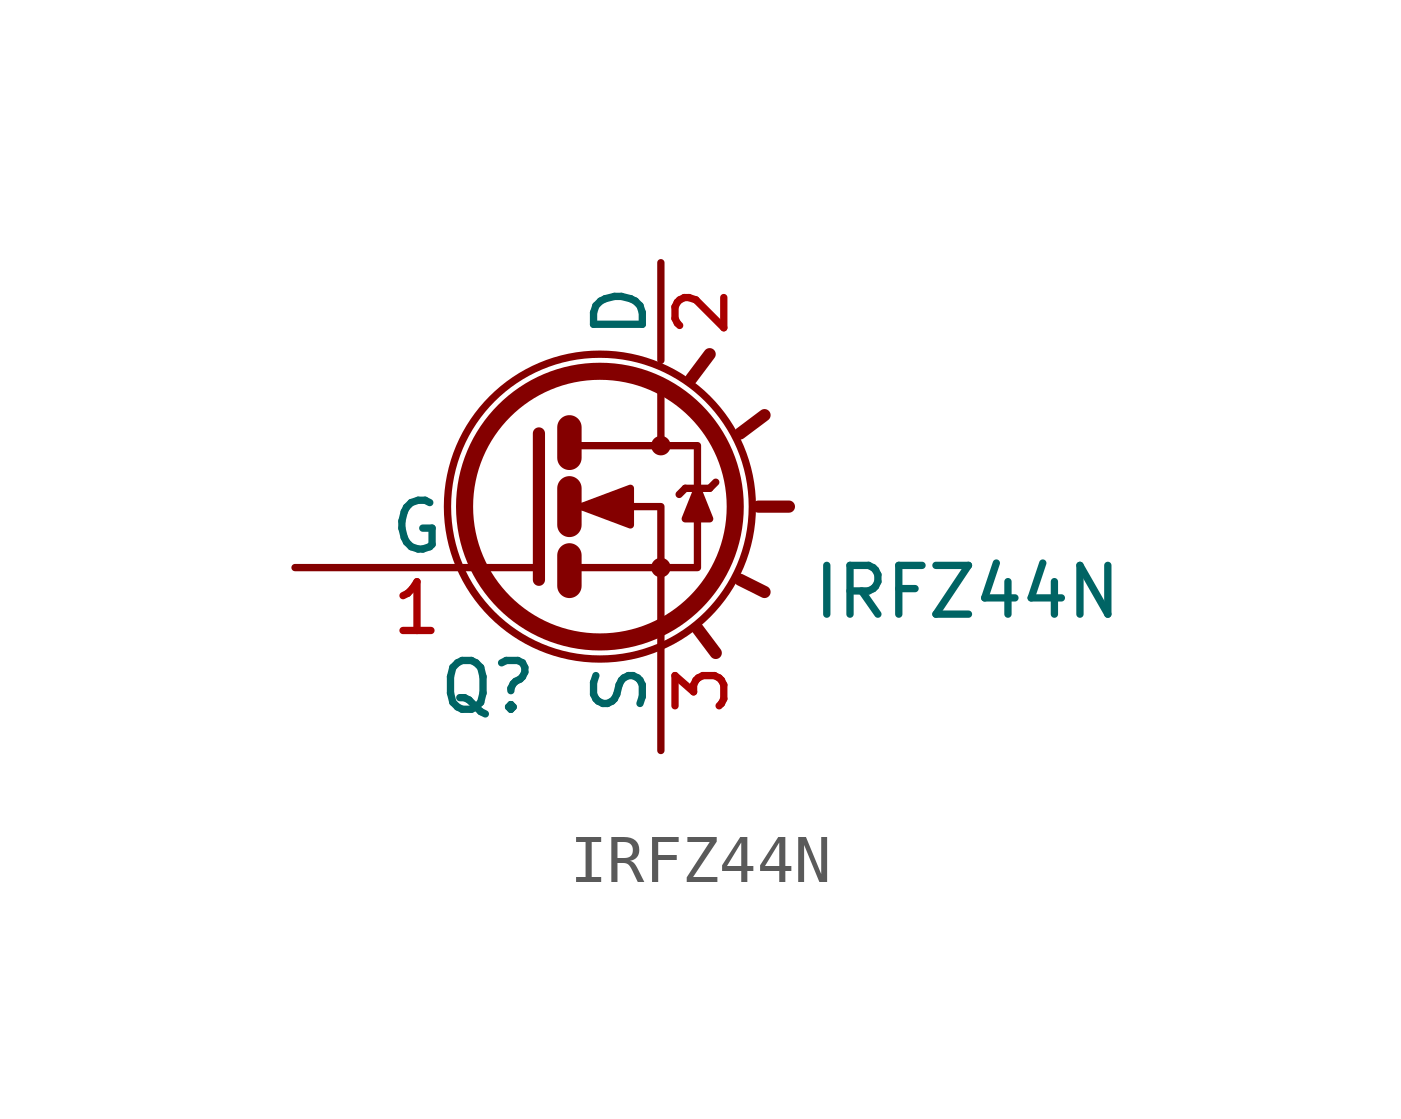
<source format=kicad_sym>
(kicad_symbol_lib
  (version 20231120)
  (generator "kicad_symbol_editor")
  (generator_version "8.0")
  (symbol "IRFZ44N"
    (pin_names
      (offset 0))
    (property "Reference" "Q"
      (at 0 -3.759 0)
      (effects (font (size 1.016 1.016)) (justify right)))
    (property "Value" "IRFZ44N"
      (at 12.192 -1.778 0)
      (effects (font (size 1.016 1.016)) (justify right)))
    (symbol "IRFZ44N_0_1"
      (polyline (pts (xy 0.635 -1.016) (xy 0.635 -1.651)) (stroke (width 0.508) (type solid)) (fill (type none)))
      (polyline (pts (xy 0.635 0.381) (xy 0.635 -0.381)) (stroke (width 0.508) (type solid)) (fill (type none)))
      (polyline (pts (xy 0.635 1.651) (xy 0.635 1.016)) (stroke (width 0.508) (type solid)) (fill (type none)))
      (polyline (pts (xy 3.048 0.381) (xy 2.921 0.254)) (stroke (width 0) (type solid)) (fill (type none)))
      (polyline (pts (xy 3.048 0.381) (xy 3.556 0.381)) (stroke (width 0) (type solid)) (fill (type none)))
      (polyline (pts (xy 3.175 2.667) (xy 3.556 3.175)) (stroke (width 0.254) (type solid)) (fill (type none)))
      (polyline (pts (xy 3.302 -2.54) (xy 3.683 -3.048)) (stroke (width 0.254) (type solid)) (fill (type none)))
      (polyline (pts (xy 3.556 0.381) (xy 3.683 0.508)) (stroke (width 0) (type solid)) (fill (type none)))
      (polyline (pts (xy 4.191 -1.524) (xy 4.699 -1.778)) (stroke (width 0.254) (type solid)) (fill (type none)))
      (polyline (pts (xy 4.191 1.524) (xy 4.699 1.905)) (stroke (width 0.254) (type solid)) (fill (type none)))
      (polyline (pts (xy 4.572 0) (xy 5.207 0)) (stroke (width 0.254) (type solid)) (fill (type none)))
      (polyline (pts (xy 0 1.524) (xy 0 -1.524) (xy 0 -1.524)) (stroke (width 0.254) (type solid)) (fill (type none)))
      (polyline (pts (xy 0.762 -1.27) (xy 2.54 -1.27) (xy 2.54 -2.54) (xy 2.54 -2.54)) (stroke (width 0) (type solid)) (fill (type none)))
      (polyline (pts (xy 0.762 1.27) (xy 2.54 1.27) (xy 2.54 2.54) (xy 2.54 2.54)) (stroke (width 0) (type solid)) (fill (type none)))
      (polyline (pts (xy 2.54 1.27) (xy 3.302 1.27) (xy 3.302 -1.27) (xy 2.54 -1.27)) (stroke (width 0) (type solid)) (fill (type none)))
      (polyline (pts (xy 3.302 0.381) (xy 3.048 -0.254) (xy 3.556 -0.254) (xy 3.302 0.381)) (stroke (width 0) (type solid)) (fill (type outline)))
      (polyline (pts (xy 0.762 0) (xy 1.27 0) (xy 2.54 0) (xy 2.54 -1.27) (xy 2.54 -1.27)) (stroke (width 0) (type solid)) (fill (type none)))
      (polyline (pts (xy 0.889 0) (xy 1.905 0.381) (xy 1.905 -0.381) (xy 0.889 0) (xy 1.016 0) (xy 1.016 0)) (stroke (width 0) (type solid)) (fill (type outline)))
      (circle (center 1.27 0) (radius 2.819) (stroke (width 0.356) (type solid)) (fill (type none)))
      (circle (center 1.27 0) (radius 3.175) (stroke (width 0) (type solid)) (fill (type none)))
      (circle (center 2.54 -1.27) (radius 0.127) (stroke (width 0) (type solid)) (fill (type none)))
      (circle (center 2.54 1.27) (radius 0.127) (stroke (width 0) (type solid)) (fill (type none))))
    (symbol "IRFZ44N_1_1"
      (pin input line (at -5.08 -1.27 0) (length 5.08) (name "G" (effects (font (size 1.016 1.016)))) (number "1" (effects (font (size 1.016 1.016)))))
      (pin passive line (at 2.54 5.08 270) (length 2.032) (name "D" (effects (font (size 1.016 1.016)))) (number "2" (effects (font (size 1.016 1.016)))))
      (pin passive line (at 2.54 -5.08 90) (length 2.54) (name "S" (effects (font (size 1.016 1.016)))) (number "3" (effects (font (size 1.016 1.016))))))))
</source>
